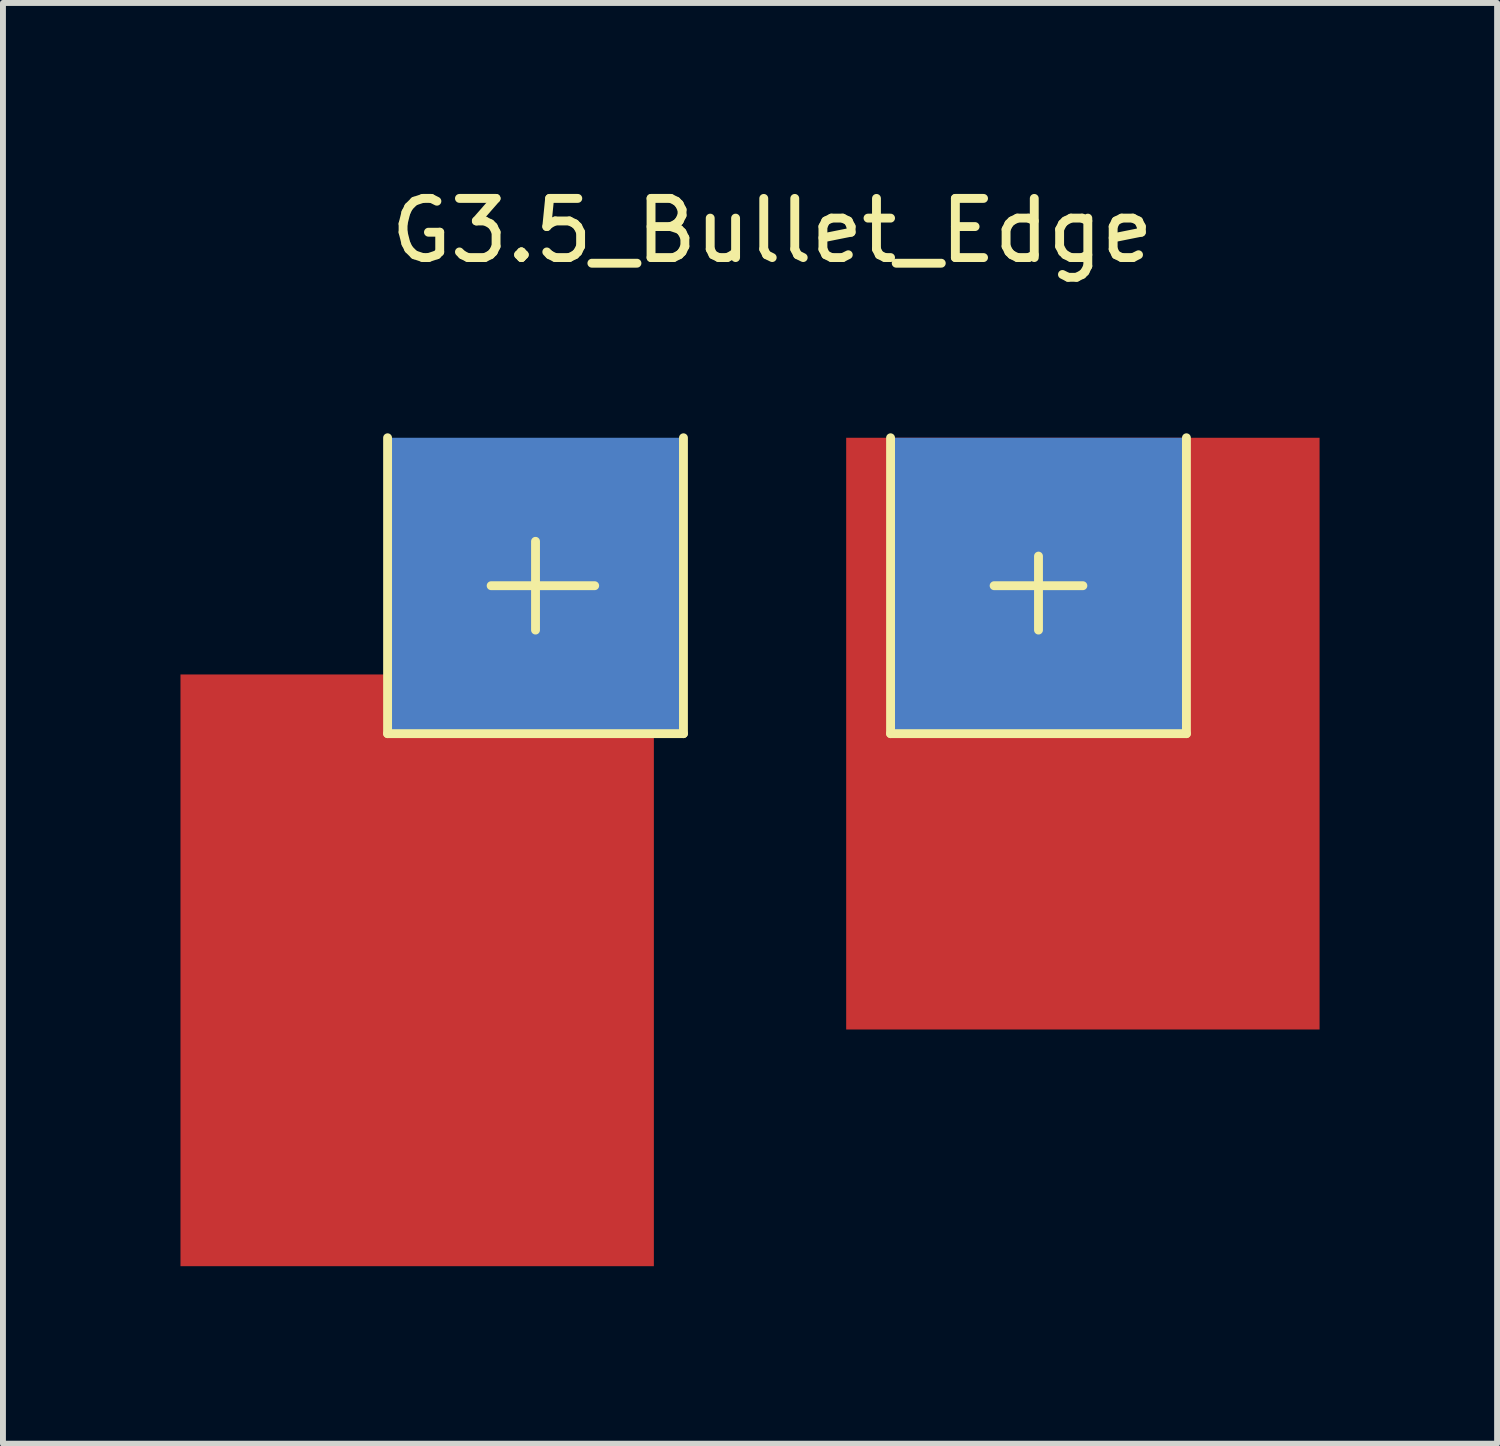
<source format=kicad_pcb>
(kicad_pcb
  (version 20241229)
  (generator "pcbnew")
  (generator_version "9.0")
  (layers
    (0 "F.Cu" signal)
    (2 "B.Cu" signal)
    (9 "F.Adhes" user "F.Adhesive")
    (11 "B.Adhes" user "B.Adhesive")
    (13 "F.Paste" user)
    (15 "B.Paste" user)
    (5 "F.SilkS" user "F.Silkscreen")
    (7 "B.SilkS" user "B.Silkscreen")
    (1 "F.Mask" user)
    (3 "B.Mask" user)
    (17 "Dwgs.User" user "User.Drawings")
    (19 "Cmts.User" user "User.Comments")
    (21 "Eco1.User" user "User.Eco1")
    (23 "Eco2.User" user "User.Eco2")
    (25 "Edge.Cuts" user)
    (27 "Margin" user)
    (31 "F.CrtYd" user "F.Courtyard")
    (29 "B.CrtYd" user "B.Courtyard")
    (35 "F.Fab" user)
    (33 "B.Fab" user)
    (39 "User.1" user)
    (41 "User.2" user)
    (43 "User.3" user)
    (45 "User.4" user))
  (footprint "G3.5_Bullet_Edge"
    (layer "F.Cu")
    (at 10.25 6.848)
    (property "Reference" "G3.5_Bullet_Edge" (at -0.25 -6 0) (layer "F.SilkS") (effects (font (size 1 1) (thickness 0.15))))
    (attr through_hole)
    (fp_line (start -6.75 -2.5) (end -6.75 2.5) (stroke (width 0.15) (type solid)) (layer "F.SilkS"))
    (fp_line (start -6.75 2.5) (end -1.75 2.5) (stroke (width 0.15) (type solid)) (layer "F.SilkS"))
    (fp_line (start -5 0) (end -3.25 0) (stroke (width 0.15) (type solid)) (layer "F.SilkS"))
    (fp_line (start -4.25 0.75) (end -4.25 -0.75) (stroke (width 0.15) (type solid)) (layer "F.SilkS"))
    (fp_line (start -1.75 2.5) (end -1.75 -2.5) (stroke (width 0.15) (type solid)) (layer "F.SilkS"))
    (fp_line (start 1.75 -2.5) (end 1.75 2.5) (stroke (width 0.15) (type solid)) (layer "F.SilkS"))
    (fp_line (start 1.75 2.5) (end 6.75 2.5) (stroke (width 0.15) (type solid)) (layer "F.SilkS"))
    (fp_line (start 3.5 0) (end 5 0) (stroke (width 0.15) (type solid)) (layer "F.SilkS"))
    (fp_line (start 4.25 0.75) (end 4.25 -0.5) (stroke (width 0.15) (type solid)) (layer "F.SilkS"))
    (fp_line (start 6.75 2.5) (end 6.75 -2.5) (stroke (width 0.15) (type solid)) (layer "F.SilkS"))
    (pad "1" smd rect (at -6.25 6.5) (size 8 10) (layers "F.Cu" "F.Mask" "F.Paste"))
    (pad "1" smd rect (at -4.25 0) (size 5 5) (layers "F.Mask" "B.Cu" "F.Paste"))
    (pad "2" connect rect (at 4.25 0) (size 5 5) (layers "F.Mask" "B.Cu"))
    (pad "2" smd rect (at 5 2.5) (size 8 10) (layers "F.Cu" "F.Mask" "F.Paste")))
  (gr_rect
    (start -3 -3)
    (end 22.25 21.348)
    (stroke (width 0.1) (type default))
    (fill no)
    (layer "Edge.Cuts")))
</source>
